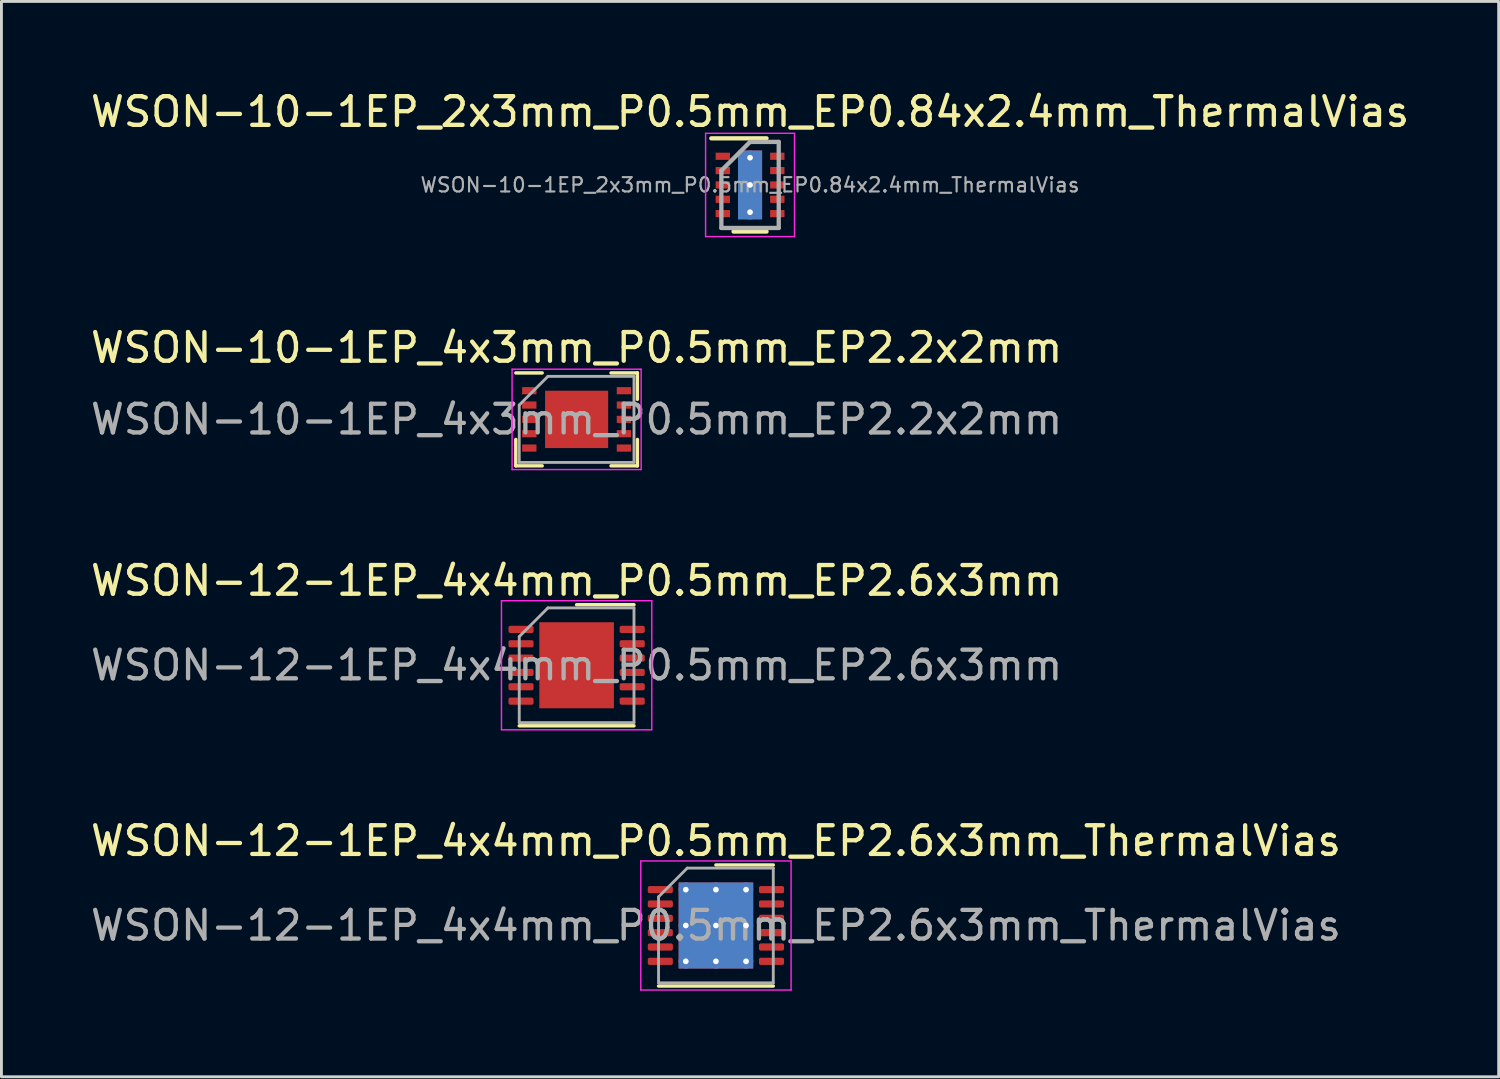
<source format=kicad_pcb>
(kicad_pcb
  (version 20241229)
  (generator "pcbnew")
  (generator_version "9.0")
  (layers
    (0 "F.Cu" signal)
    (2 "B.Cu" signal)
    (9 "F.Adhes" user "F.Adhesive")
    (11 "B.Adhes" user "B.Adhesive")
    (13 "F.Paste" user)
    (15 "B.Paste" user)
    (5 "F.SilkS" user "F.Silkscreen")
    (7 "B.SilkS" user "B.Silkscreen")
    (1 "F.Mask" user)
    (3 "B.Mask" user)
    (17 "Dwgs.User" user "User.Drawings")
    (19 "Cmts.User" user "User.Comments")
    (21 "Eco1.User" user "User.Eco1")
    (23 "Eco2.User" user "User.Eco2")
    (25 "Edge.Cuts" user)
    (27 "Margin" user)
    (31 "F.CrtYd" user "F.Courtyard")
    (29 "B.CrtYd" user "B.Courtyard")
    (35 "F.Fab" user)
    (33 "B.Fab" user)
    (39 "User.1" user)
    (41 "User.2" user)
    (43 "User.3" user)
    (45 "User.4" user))
  (footprint "WSON-12-1EP_4x4mm_P0.5mm_EP2.6x3mm"
    (layer "F.Cu")
    (at 17.054 20.145)
    (property "Reference" "WSON-12-1EP_4x4mm_P0.5mm_EP2.6x3mm" (at 0 -2.95 0) (layer "F.SilkS") (effects (font (size 1 1) (thickness 0.15))))
    (attr smd)
    (fp_line (start -2 2.11) (end 2 2.11) (stroke (width 0.12) (type solid)) (layer "F.SilkS"))
    (fp_line (start 0 -2.11) (end 2 -2.11) (stroke (width 0.12) (type solid)) (layer "F.SilkS"))
    (fp_line (start -2.62 -2.25) (end -2.62 2.25) (stroke (width 0.05) (type solid)) (layer "F.CrtYd"))
    (fp_line (start -2.62 2.25) (end 2.62 2.25) (stroke (width 0.05) (type solid)) (layer "F.CrtYd"))
    (fp_line (start 2.62 -2.25) (end -2.62 -2.25) (stroke (width 0.05) (type solid)) (layer "F.CrtYd"))
    (fp_line (start 2.62 2.25) (end 2.62 -2.25) (stroke (width 0.05) (type solid)) (layer "F.CrtYd"))
    (fp_line (start -2 -1) (end -1 -2) (stroke (width 0.1) (type solid)) (layer "F.Fab"))
    (fp_line (start -2 2) (end -2 -1) (stroke (width 0.1) (type solid)) (layer "F.Fab"))
    (fp_line (start -1 -2) (end 2 -2) (stroke (width 0.1) (type solid)) (layer "F.Fab"))
    (fp_line (start 2 -2) (end 2 2) (stroke (width 0.1) (type solid)) (layer "F.Fab"))
    (fp_line (start 2 2) (end -2 2) (stroke (width 0.1) (type solid)) (layer "F.Fab"))
    (fp_text user "${REFERENCE}" (at 0 0 0) (layer "F.Fab") (effects (font (size 1 1) (thickness 0.15))))
    (pad "" smd roundrect (at -0.65 -0.75) (size 1.05 1.21) (layers "F.Paste") (roundrect_rratio 0.238))
    (pad "" smd roundrect (at -0.65 0.75) (size 1.05 1.21) (layers "F.Paste") (roundrect_rratio 0.238))
    (pad "" smd roundrect (at 0.65 -0.75) (size 1.05 1.21) (layers "F.Paste") (roundrect_rratio 0.238))
    (pad "" smd roundrect (at 0.65 0.75) (size 1.05 1.21) (layers "F.Paste") (roundrect_rratio 0.238))
    (pad "1" smd roundrect (at -1.938 -1.25) (size 0.875 0.25) (layers "F.Cu" "F.Mask" "F.Paste") (roundrect_rratio 0.25))
    (pad "2" smd roundrect (at -1.938 -0.75) (size 0.875 0.25) (layers "F.Cu" "F.Mask" "F.Paste") (roundrect_rratio 0.25))
    (pad "3" smd roundrect (at -1.938 -0.25) (size 0.875 0.25) (layers "F.Cu" "F.Mask" "F.Paste") (roundrect_rratio 0.25))
    (pad "4" smd roundrect (at -1.938 0.25) (size 0.875 0.25) (layers "F.Cu" "F.Mask" "F.Paste") (roundrect_rratio 0.25))
    (pad "5" smd roundrect (at -1.938 0.75) (size 0.875 0.25) (layers "F.Cu" "F.Mask" "F.Paste") (roundrect_rratio 0.25))
    (pad "6" smd roundrect (at -1.938 1.25) (size 0.875 0.25) (layers "F.Cu" "F.Mask" "F.Paste") (roundrect_rratio 0.25))
    (pad "7" smd roundrect (at 1.938 1.25) (size 0.875 0.25) (layers "F.Cu" "F.Mask" "F.Paste") (roundrect_rratio 0.25))
    (pad "8" smd roundrect (at 1.938 0.75) (size 0.875 0.25) (layers "F.Cu" "F.Mask" "F.Paste") (roundrect_rratio 0.25))
    (pad "9" smd roundrect (at 1.938 0.25) (size 0.875 0.25) (layers "F.Cu" "F.Mask" "F.Paste") (roundrect_rratio 0.25))
    (pad "10" smd roundrect (at 1.938 -0.25) (size 0.875 0.25) (layers "F.Cu" "F.Mask" "F.Paste") (roundrect_rratio 0.25))
    (pad "11" smd roundrect (at 1.938 -0.75) (size 0.875 0.25) (layers "F.Cu" "F.Mask" "F.Paste") (roundrect_rratio 0.25))
    (pad "12" smd roundrect (at 1.938 -1.25) (size 0.875 0.25) (layers "F.Cu" "F.Mask" "F.Paste") (roundrect_rratio 0.25))
    (pad "13" smd rect (at 0 0) (size 2.6 3) (layers "F.Cu" "F.Mask")))
  (footprint "WSON-10-1EP_4x3mm_P0.5mm_EP2.2x2mm"
    (layer "F.Cu")
    (at 17.054 11.572)
    (property "Reference" "WSON-10-1EP_4x3mm_P0.5mm_EP2.2x2mm" (at 0 -2.5 0) (layer "F.SilkS") (effects (font (size 1 1) (thickness 0.15))))
    (attr smd)
    (fp_line (start -2.12 -1.62) (end -1.2 -1.62) (stroke (width 0.12) (type solid)) (layer "F.SilkS"))
    (fp_line (start -2.12 1.62) (end -2.12 0.7) (stroke (width 0.12) (type solid)) (layer "F.SilkS"))
    (fp_line (start -2.12 1.62) (end -1.2 1.62) (stroke (width 0.12) (type solid)) (layer "F.SilkS"))
    (fp_line (start 1.2 -1.62) (end 2.12 -1.62) (stroke (width 0.12) (type solid)) (layer "F.SilkS"))
    (fp_line (start 1.2 1.62) (end 2.12 1.62) (stroke (width 0.12) (type solid)) (layer "F.SilkS"))
    (fp_line (start 2.12 -0.7) (end 2.12 -1.62) (stroke (width 0.12) (type solid)) (layer "F.SilkS"))
    (fp_line (start 2.12 0.7) (end 2.12 1.62) (stroke (width 0.12) (type solid)) (layer "F.SilkS"))
    (fp_line (start -2.25 -1.75) (end -2.25 1.75) (stroke (width 0.05) (type solid)) (layer "F.CrtYd"))
    (fp_line (start -2.25 -1.75) (end 2.25 -1.75) (stroke (width 0.05) (type solid)) (layer "F.CrtYd"))
    (fp_line (start -2.25 1.75) (end 2.25 1.75) (stroke (width 0.05) (type solid)) (layer "F.CrtYd"))
    (fp_line (start 2.25 -1.75) (end 2.25 1.75) (stroke (width 0.05) (type solid)) (layer "F.CrtYd"))
    (fp_line (start -2 1.5) (end -2 -0.5) (stroke (width 0.1) (type solid)) (layer "F.Fab"))
    (fp_line (start -1 -1.5) (end -2 -0.5) (stroke (width 0.1) (type solid)) (layer "F.Fab"))
    (fp_line (start -1 -1.5) (end 2 -1.5) (stroke (width 0.1) (type solid)) (layer "F.Fab"))
    (fp_line (start 2 -1.5) (end 2 1.5) (stroke (width 0.1) (type solid)) (layer "F.Fab"))
    (fp_line (start 2 1.5) (end -2 1.5) (stroke (width 0.1) (type solid)) (layer "F.Fab"))
    (fp_text user "${REFERENCE}" (at 0 0 0) (layer "F.Fab") (effects (font (size 1 1) (thickness 0.15))))
    (pad "" smd rect (at -0.55 -0.5) (size 0.88 0.8) (layers "F.Paste"))
    (pad "" smd rect (at -0.55 0.5) (size 0.88 0.8) (layers "F.Paste"))
    (pad "" smd rect (at 0.55 -0.5) (size 0.88 0.8) (layers "F.Paste"))
    (pad "" smd rect (at 0.55 0.5) (size 0.88 0.8) (layers "F.Paste"))
    (pad "1" smd rect (at -1.65 -1) (size 0.5 0.25) (layers "F.Cu" "F.Mask" "F.Paste"))
    (pad "2" smd rect (at -1.65 -0.5) (size 0.5 0.25) (layers "F.Cu" "F.Mask" "F.Paste"))
    (pad "3" smd rect (at -1.65 0) (size 0.5 0.25) (layers "F.Cu" "F.Mask" "F.Paste"))
    (pad "4" smd rect (at -1.65 0.5) (size 0.5 0.25) (layers "F.Cu" "F.Mask" "F.Paste"))
    (pad "5" smd rect (at -1.65 1) (size 0.5 0.25) (layers "F.Cu" "F.Mask" "F.Paste"))
    (pad "6" smd rect (at 1.65 1) (size 0.5 0.25) (layers "F.Cu" "F.Mask" "F.Paste"))
    (pad "7" smd rect (at 1.65 0.5) (size 0.5 0.25) (layers "F.Cu" "F.Mask" "F.Paste"))
    (pad "8" smd rect (at 1.65 0) (size 0.5 0.25) (layers "F.Cu" "F.Mask" "F.Paste"))
    (pad "9" smd rect (at 1.65 -0.5) (size 0.5 0.25) (layers "F.Cu" "F.Mask" "F.Paste"))
    (pad "10" smd rect (at 1.65 -1) (size 0.5 0.25) (layers "F.Cu" "F.Mask" "F.Paste"))
    (pad "11" smd rect (at 0 0) (size 2.2 2) (layers "F.Cu" "F.Mask")))
  (footprint "WSON-10-1EP_2x3mm_P0.5mm_EP0.84x2.4mm_ThermalVias"
    (layer "F.Cu")
    (at 23.101 3.398)
    (property "Reference" "WSON-10-1EP_2x3mm_P0.5mm_EP0.84x2.4mm_ThermalVias" (at 0 -2.55 0) (layer "F.SilkS") (effects (font (size 1 1) (thickness 0.15))))
    (attr smd)
    (fp_line (start -1.35 -1.625) (end 0.575 -1.625) (stroke (width 0.15) (type solid)) (layer "F.SilkS"))
    (fp_line (start -0.575 1.625) (end 0.575 1.625) (stroke (width 0.15) (type solid)) (layer "F.SilkS"))
    (fp_line (start -1.55 -1.8) (end -1.55 1.8) (stroke (width 0.05) (type solid)) (layer "F.CrtYd"))
    (fp_line (start -1.55 -1.8) (end 1.55 -1.8) (stroke (width 0.05) (type solid)) (layer "F.CrtYd"))
    (fp_line (start -1.55 1.8) (end 1.55 1.8) (stroke (width 0.05) (type solid)) (layer "F.CrtYd"))
    (fp_line (start 1.55 -1.8) (end 1.55 1.8) (stroke (width 0.05) (type solid)) (layer "F.CrtYd"))
    (fp_line (start -1 -0.5) (end 0 -1.5) (stroke (width 0.15) (type solid)) (layer "F.Fab"))
    (fp_line (start -1 1.5) (end -1 -0.5) (stroke (width 0.15) (type solid)) (layer "F.Fab"))
    (fp_line (start 0 -1.5) (end 1 -1.5) (stroke (width 0.15) (type solid)) (layer "F.Fab"))
    (fp_line (start 1 -1.5) (end 1 1.5) (stroke (width 0.15) (type solid)) (layer "F.Fab"))
    (fp_line (start 1 1.5) (end -1 1.5) (stroke (width 0.15) (type solid)) (layer "F.Fab"))
    (fp_text user "${REFERENCE}" (at 0 0 0) (layer "F.Fab") (effects (font (size 0.5 0.5) (thickness 0.075))))
    (pad "" smd rect (at 0 -0.475) (size 0.65 0.7) (layers "F.Paste"))
    (pad "" smd rect (at 0 0.475) (size 0.65 0.7) (layers "F.Paste"))
    (pad "1" smd rect (at -0.95 -1) (size 0.5 0.25) (layers "F.Cu" "F.Mask" "F.Paste"))
    (pad "2" smd rect (at -0.95 -0.5) (size 0.5 0.25) (layers "F.Cu" "F.Mask" "F.Paste"))
    (pad "3" smd rect (at -0.95 0) (size 0.5 0.25) (layers "F.Cu" "F.Mask" "F.Paste"))
    (pad "4" smd rect (at -0.95 0.5) (size 0.5 0.25) (layers "F.Cu" "F.Mask" "F.Paste"))
    (pad "5" smd rect (at -0.95 1) (size 0.5 0.25) (layers "F.Cu" "F.Mask" "F.Paste"))
    (pad "6" smd rect (at 0.95 1) (size 0.5 0.25) (layers "F.Cu" "F.Mask" "F.Paste"))
    (pad "7" smd rect (at 0.95 0.5) (size 0.5 0.25) (layers "F.Cu" "F.Mask" "F.Paste"))
    (pad "8" smd rect (at 0.95 0) (size 0.5 0.25) (layers "F.Cu" "F.Mask" "F.Paste"))
    (pad "9" smd rect (at 0.95 -0.5) (size 0.5 0.25) (layers "F.Cu" "F.Mask" "F.Paste"))
    (pad "10" smd rect (at 0.95 -1) (size 0.5 0.25) (layers "F.Cu" "F.Mask" "F.Paste"))
    (pad "11" thru_hole circle (at 0 -0.95) (size 0.5 0.5) (drill 0.2) (layers "*.Cu" "F.Mask"))
    (pad "11" thru_hole circle (at 0 0) (size 0.5 0.5) (drill 0.2) (layers "*.Cu" "F.Mask"))
    (pad "11" smd rect (at 0 0) (size 0.84 2.4) (layers "F.Cu" "F.Mask"))
    (pad "11" smd rect (at 0 0) (size 0.84 2.4) (layers "B.Cu"))
    (pad "11" thru_hole circle (at 0 0.95) (size 0.5 0.5) (drill 0.2) (layers "*.Cu" "F.Mask")))
  (footprint "WSON-12-1EP_4x4mm_P0.5mm_EP2.6x3mm_ThermalVias"
    (layer "F.Cu")
    (at 21.911 29.218)
    (property "Reference" "WSON-12-1EP_4x4mm_P0.5mm_EP2.6x3mm_ThermalVias" (at 0 -2.95 0) (layer "F.SilkS") (effects (font (size 1 1) (thickness 0.15))))
    (attr smd)
    (fp_line (start -2 2.11) (end 2 2.11) (stroke (width 0.12) (type solid)) (layer "F.SilkS"))
    (fp_line (start 0 -2.11) (end 2 -2.11) (stroke (width 0.12) (type solid)) (layer "F.SilkS"))
    (fp_line (start -2.62 -2.25) (end -2.62 2.25) (stroke (width 0.05) (type solid)) (layer "F.CrtYd"))
    (fp_line (start -2.62 2.25) (end 2.62 2.25) (stroke (width 0.05) (type solid)) (layer "F.CrtYd"))
    (fp_line (start 2.62 -2.25) (end -2.62 -2.25) (stroke (width 0.05) (type solid)) (layer "F.CrtYd"))
    (fp_line (start 2.62 2.25) (end 2.62 -2.25) (stroke (width 0.05) (type solid)) (layer "F.CrtYd"))
    (fp_line (start -2 -1) (end -1 -2) (stroke (width 0.1) (type solid)) (layer "F.Fab"))
    (fp_line (start -2 2) (end -2 -1) (stroke (width 0.1) (type solid)) (layer "F.Fab"))
    (fp_line (start -1 -2) (end 2 -2) (stroke (width 0.1) (type solid)) (layer "F.Fab"))
    (fp_line (start 2 -2) (end 2 2) (stroke (width 0.1) (type solid)) (layer "F.Fab"))
    (fp_line (start 2 2) (end -2 2) (stroke (width 0.1) (type solid)) (layer "F.Fab"))
    (fp_text user "${REFERENCE}" (at 0 0 0) (layer "F.Fab") (effects (font (size 1 1) (thickness 0.15))))
    (pad "" smd roundrect (at -0.65 -0.75) (size 1.13 1.3) (layers "F.Paste") (roundrect_rratio 0.221))
    (pad "" smd roundrect (at -0.65 0.75) (size 1.13 1.3) (layers "F.Paste") (roundrect_rratio 0.221))
    (pad "" smd roundrect (at 0.65 -0.75) (size 1.13 1.3) (layers "F.Paste") (roundrect_rratio 0.221))
    (pad "" smd roundrect (at 0.65 0.75) (size 1.13 1.3) (layers "F.Paste") (roundrect_rratio 0.221))
    (pad "1" smd roundrect (at -1.938 -1.25) (size 0.875 0.25) (layers "F.Cu" "F.Mask" "F.Paste") (roundrect_rratio 0.25))
    (pad "2" smd roundrect (at -1.938 -0.75) (size 0.875 0.25) (layers "F.Cu" "F.Mask" "F.Paste") (roundrect_rratio 0.25))
    (pad "3" smd roundrect (at -1.938 -0.25) (size 0.875 0.25) (layers "F.Cu" "F.Mask" "F.Paste") (roundrect_rratio 0.25))
    (pad "4" smd roundrect (at -1.938 0.25) (size 0.875 0.25) (layers "F.Cu" "F.Mask" "F.Paste") (roundrect_rratio 0.25))
    (pad "5" smd roundrect (at -1.938 0.75) (size 0.875 0.25) (layers "F.Cu" "F.Mask" "F.Paste") (roundrect_rratio 0.25))
    (pad "6" smd roundrect (at -1.938 1.25) (size 0.875 0.25) (layers "F.Cu" "F.Mask" "F.Paste") (roundrect_rratio 0.25))
    (pad "7" smd roundrect (at 1.938 1.25) (size 0.875 0.25) (layers "F.Cu" "F.Mask" "F.Paste") (roundrect_rratio 0.25))
    (pad "8" smd roundrect (at 1.938 0.75) (size 0.875 0.25) (layers "F.Cu" "F.Mask" "F.Paste") (roundrect_rratio 0.25))
    (pad "9" smd roundrect (at 1.938 0.25) (size 0.875 0.25) (layers "F.Cu" "F.Mask" "F.Paste") (roundrect_rratio 0.25))
    (pad "10" smd roundrect (at 1.938 -0.25) (size 0.875 0.25) (layers "F.Cu" "F.Mask" "F.Paste") (roundrect_rratio 0.25))
    (pad "11" smd roundrect (at 1.938 -0.75) (size 0.875 0.25) (layers "F.Cu" "F.Mask" "F.Paste") (roundrect_rratio 0.25))
    (pad "12" smd roundrect (at 1.938 -1.25) (size 0.875 0.25) (layers "F.Cu" "F.Mask" "F.Paste") (roundrect_rratio 0.25))
    (pad "13" thru_hole circle (at -1.05 -1.25) (size 0.5 0.5) (drill 0.2) (layers "*.Cu"))
    (pad "13" thru_hole circle (at -1.05 0) (size 0.5 0.5) (drill 0.2) (layers "*.Cu"))
    (pad "13" thru_hole circle (at -1.05 1.25) (size 0.5 0.5) (drill 0.2) (layers "*.Cu"))
    (pad "13" thru_hole circle (at 0 -1.25) (size 0.5 0.5) (drill 0.2) (layers "*.Cu"))
    (pad "13" thru_hole circle (at 0 0) (size 0.5 0.5) (drill 0.2) (layers "*.Cu"))
    (pad "13" smd rect (at 0 0) (size 2.6 3) (layers "F.Cu" "F.Mask"))
    (pad "13" smd rect (at 0 0) (size 2.6 3) (layers "B.Cu"))
    (pad "13" thru_hole circle (at 0 1.25) (size 0.5 0.5) (drill 0.2) (layers "*.Cu"))
    (pad "13" thru_hole circle (at 1.05 -1.25) (size 0.5 0.5) (drill 0.2) (layers "*.Cu"))
    (pad "13" thru_hole circle (at 1.05 0) (size 0.5 0.5) (drill 0.2) (layers "*.Cu"))
    (pad "13" thru_hole circle (at 1.05 1.25) (size 0.5 0.5) (drill 0.2) (layers "*.Cu")))
  (gr_rect
    (start -3 -3)
    (end 49.202 34.493)
    (stroke (width 0.1) (type default))
    (fill no)
    (layer "Edge.Cuts")))
</source>
